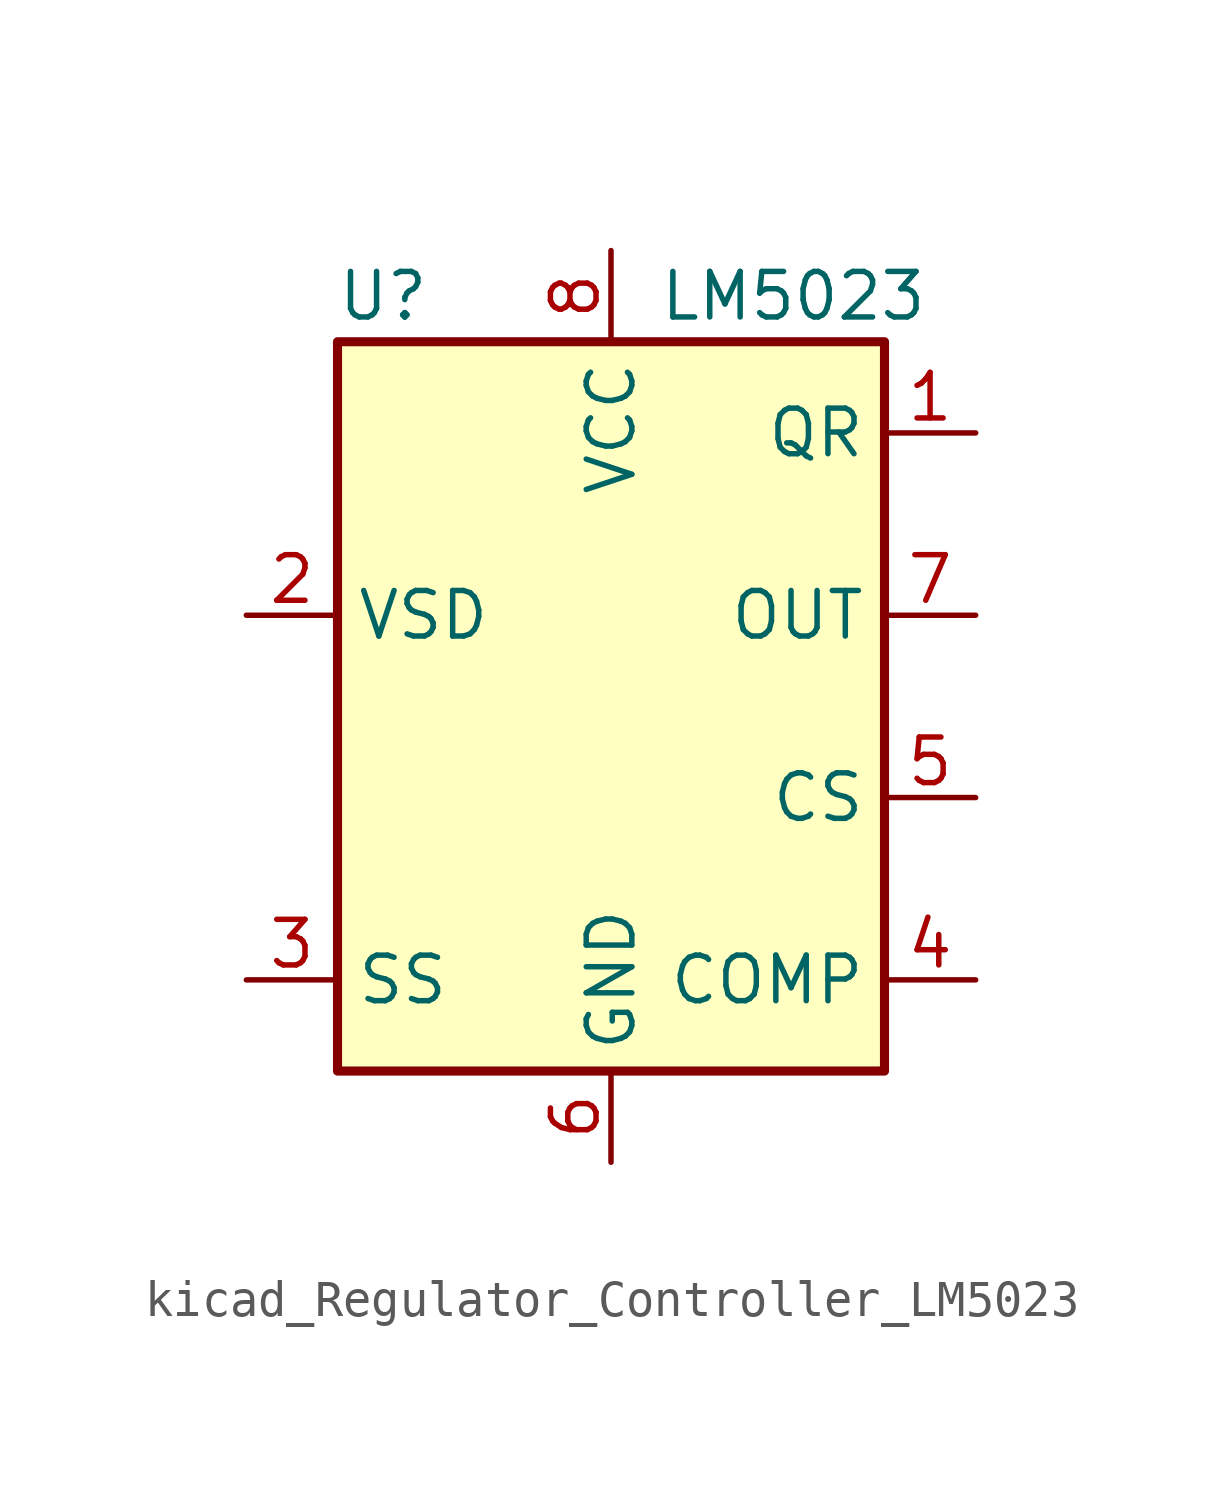
<source format=kicad_sym>
(kicad_symbol_lib
  (version 20220914)
  (generator kicad_symbol_editor)
  (symbol "kicad_Regulator_Controller_LM5023"
    (property "Reference" "U"
      (at -6.35 11.43 0)
      (effects (font (size 1.27 1.27))))
    (property "Value" "LM5023"
      (at 5.08 11.43 0)
      (effects (font (size 1.27 1.27))))
    (symbol "kicad_Regulator_Controller_LM5023_0_0"
      (pin input line (at 10.16 7.62 180) (length 2.54) (name "QR" (effects (font (size 1.27 1.27)))) (number "1" (effects (font (size 1.27 1.27)))))
      (pin output line (at -10.16 2.54 0) (length 2.54) (name "VSD" (effects (font (size 1.27 1.27)))) (number "2" (effects (font (size 1.27 1.27)))))
      (pin passive line (at -10.16 -7.62 0) (length 2.54) (name "SS" (effects (font (size 1.27 1.27)))) (number "3" (effects (font (size 1.27 1.27)))))
      (pin input line (at 10.16 -7.62 180) (length 2.54) (name "COMP" (effects (font (size 1.27 1.27)))) (number "4" (effects (font (size 1.27 1.27)))))
      (pin input line (at 10.16 -2.54 180) (length 2.54) (name "CS" (effects (font (size 1.27 1.27)))) (number "5" (effects (font (size 1.27 1.27)))))
      (pin power_in line (at 0 -12.7 90) (length 2.54) (name "GND" (effects (font (size 1.27 1.27)))) (number "6" (effects (font (size 1.27 1.27)))))
      (pin output line (at 10.16 2.54 180) (length 2.54) (name "OUT" (effects (font (size 1.27 1.27)))) (number "7" (effects (font (size 1.27 1.27)))))
      (pin power_in line (at 0 12.7 270) (length 2.54) (name "VCC" (effects (font (size 1.27 1.27)))) (number "8" (effects (font (size 1.27 1.27))))))
    (symbol "kicad_Regulator_Controller_LM5023_0_1"
      (rectangle (start -7.62 10.16) (end 7.62 -10.16) (stroke (width 0.254) (type default)) (fill (type background))))))
</source>
